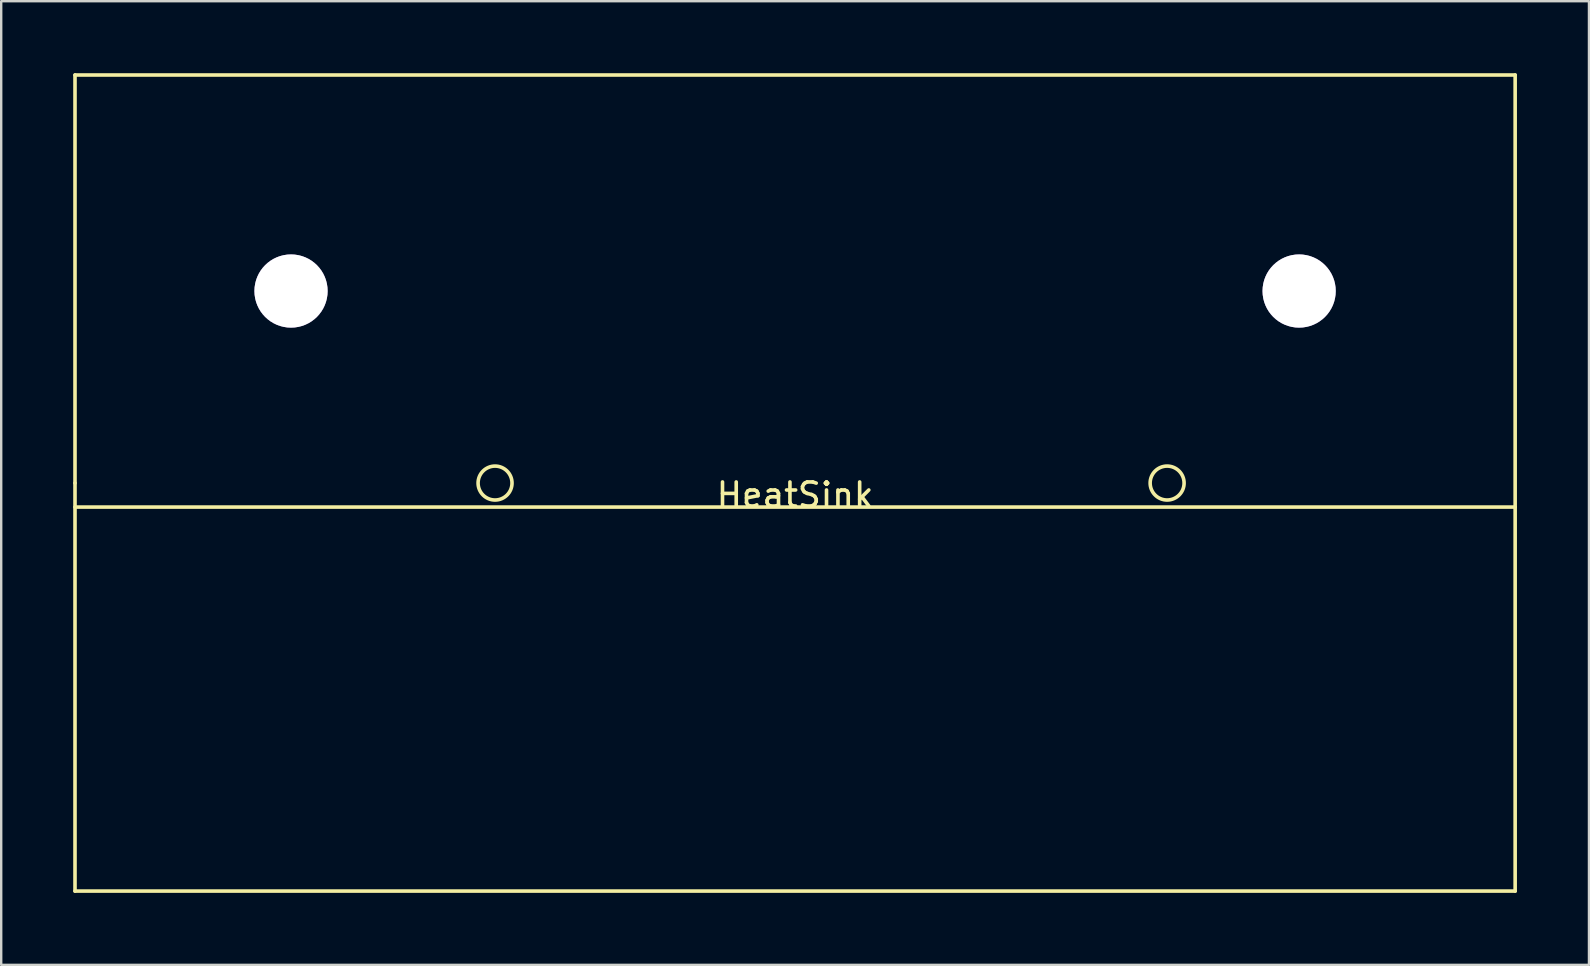
<source format=kicad_pcb>
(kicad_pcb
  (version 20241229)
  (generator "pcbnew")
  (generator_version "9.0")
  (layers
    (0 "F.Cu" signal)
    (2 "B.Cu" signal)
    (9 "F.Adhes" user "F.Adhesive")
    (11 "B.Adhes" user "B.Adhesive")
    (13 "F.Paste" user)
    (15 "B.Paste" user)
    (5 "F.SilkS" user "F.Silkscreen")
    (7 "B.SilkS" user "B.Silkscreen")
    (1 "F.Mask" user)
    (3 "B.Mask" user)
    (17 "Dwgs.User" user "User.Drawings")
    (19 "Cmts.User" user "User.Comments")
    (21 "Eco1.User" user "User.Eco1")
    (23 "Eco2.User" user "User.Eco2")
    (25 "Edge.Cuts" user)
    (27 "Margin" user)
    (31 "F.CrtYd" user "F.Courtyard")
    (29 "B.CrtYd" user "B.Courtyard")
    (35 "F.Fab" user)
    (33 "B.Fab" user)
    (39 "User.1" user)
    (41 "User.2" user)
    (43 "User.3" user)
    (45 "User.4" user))
  (footprint "HeatSink"
    (layer "F.Cu")
    (at 30.075 17.075)
    (property "Reference" "HeatSink" (at 0 0.5 0) (layer "F.SilkS") (effects (font (size 1 1) (thickness 0.15))))
    (attr through_hole)
    (fp_line (start -30 -17) (end 30 -17) (stroke (width 0.15) (type solid)) (layer "F.SilkS"))
    (fp_line (start -30 0) (end -30 -17) (stroke (width 0.15) (type solid)) (layer "F.SilkS"))
    (fp_line (start -30 1) (end 30 1) (stroke (width 0.15) (type solid)) (layer "F.SilkS"))
    (fp_line (start -30 17) (end -30 0) (stroke (width 0.15) (type solid)) (layer "F.SilkS"))
    (fp_line (start 30 -17) (end 30 17) (stroke (width 0.15) (type solid)) (layer "F.SilkS"))
    (fp_line (start 30 17) (end -30 17) (stroke (width 0.15) (type solid)) (layer "F.SilkS"))
    (fp_circle (center -12.5 0) (end -12 -0.5) (stroke (width 0.15) (type solid)) (fill no) (layer "F.SilkS"))
    (fp_circle (center 15.5 0) (end 15 -0.5) (stroke (width 0.15) (type solid)) (fill no) (layer "F.SilkS"))
    (pad "1" thru_hole circle (at -21 -8) (size 3.05 3.05) (drill 3.05) (layers "*.Cu" "*.Mask"))
    (pad "1" thru_hole circle (at 21 -8) (size 3.05 3.05) (drill 3.05) (layers "*.Cu")))
  (gr_rect
    (start -3 -3)
    (end 63.15 37.15)
    (stroke (width 0.1) (type default))
    (fill no)
    (layer "Edge.Cuts")))
</source>
